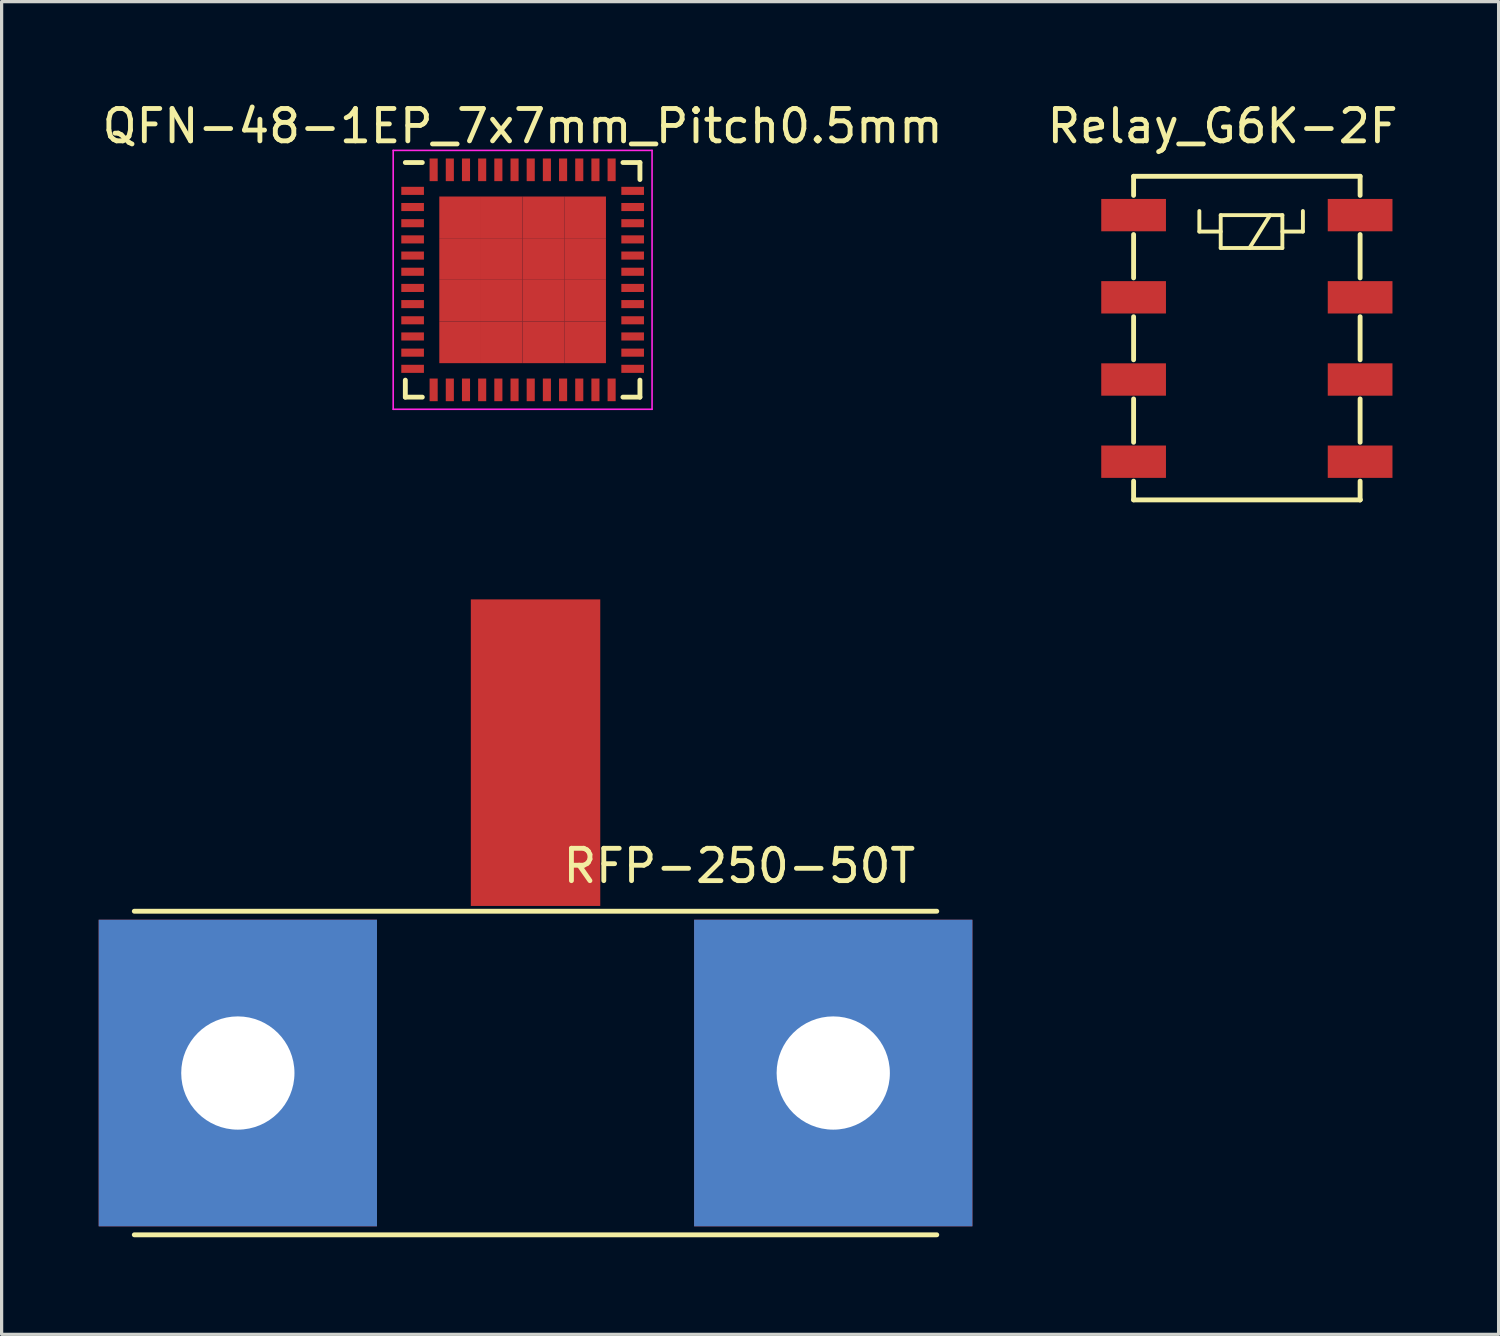
<source format=kicad_pcb>
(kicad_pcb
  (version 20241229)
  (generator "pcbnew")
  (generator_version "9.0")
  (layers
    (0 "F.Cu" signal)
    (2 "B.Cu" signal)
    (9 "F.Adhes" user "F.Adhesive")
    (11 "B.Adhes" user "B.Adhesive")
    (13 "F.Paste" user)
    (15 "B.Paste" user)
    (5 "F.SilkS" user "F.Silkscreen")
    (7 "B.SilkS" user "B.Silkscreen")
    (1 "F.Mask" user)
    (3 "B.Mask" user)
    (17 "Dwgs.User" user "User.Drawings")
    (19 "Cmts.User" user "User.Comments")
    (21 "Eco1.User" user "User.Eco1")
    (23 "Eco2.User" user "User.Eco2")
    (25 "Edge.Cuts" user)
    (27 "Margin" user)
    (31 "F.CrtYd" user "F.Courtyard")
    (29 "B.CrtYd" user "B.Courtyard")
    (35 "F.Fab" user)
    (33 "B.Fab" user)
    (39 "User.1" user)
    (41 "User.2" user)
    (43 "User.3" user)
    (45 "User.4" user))
  (footprint "RFP-250-50T"
    (layer "F.Cu")
    (at 13.5 30.11)
    (property "Reference" "RFP-250-50T" (at 6.3 -6.4 0) (layer "F.SilkS") (effects (font (size 1 1) (thickness 0.15))))
    (attr through_hole)
    (fp_line (start -12.4 -5) (end 12.4 -5) (stroke (width 0.15) (type solid)) (layer "F.SilkS"))
    (fp_line (start -12.4 5) (end 12.4 5) (stroke (width 0.15) (type solid)) (layer "F.SilkS"))
    (pad "1" thru_hole rect (at -9.2 0) (size 8.6 9.474) (drill 3.5) (layers "*.Cu" "*.Mask"))
    (pad "2" thru_hole rect (at 9.2 0) (size 8.6 9.474) (drill 3.5) (layers "*.Cu" "*.Mask"))
    (pad "3" smd rect (at 0 -9.9) (size 4 9.474) (layers "F.Cu" "F.Mask" "F.Paste")))
  (footprint "Relay_G6K-2F"
    (layer "F.Cu")
    (at 31.982 3.598)
    (property "Reference" "Relay_G6K-2F" (at 2.75 -2.75 0) (layer "F.SilkS") (effects (font (size 1 1) (thickness 0.15))))
    (attr through_hole)
    (fp_line (start 0 -1.2) (end 7 -1.2) (stroke (width 0.15) (type solid)) (layer "F.SilkS"))
    (fp_line (start 0 -0.61) (end 0 -1.2) (stroke (width 0.15) (type solid)) (layer "F.SilkS"))
    (fp_line (start 0 0.6) (end 0 1.94) (stroke (width 0.15) (type solid)) (layer "F.SilkS"))
    (fp_line (start 0 3.14) (end 0 4.47) (stroke (width 0.15) (type solid)) (layer "F.SilkS"))
    (fp_line (start 0 5.68) (end 0 7.02) (stroke (width 0.15) (type solid)) (layer "F.SilkS"))
    (fp_line (start 0 8.22) (end 0 8.8) (stroke (width 0.15) (type solid)) (layer "F.SilkS"))
    (fp_line (start 2.032 -0.127) (end 2.032 0.508) (stroke (width 0.12) (type solid)) (layer "F.SilkS"))
    (fp_line (start 2.032 0.508) (end 2.692 0.508) (stroke (width 0.12) (type solid)) (layer "F.SilkS"))
    (fp_line (start 2.692 0) (end 2.692 1.016) (stroke (width 0.12) (type solid)) (layer "F.SilkS"))
    (fp_line (start 2.692 1.016) (end 4.597 1.016) (stroke (width 0.12) (type solid)) (layer "F.SilkS"))
    (fp_line (start 4.216 0) (end 3.581 1.016) (stroke (width 0.12) (type solid)) (layer "F.SilkS"))
    (fp_line (start 4.597 0) (end 2.692 0) (stroke (width 0.12) (type solid)) (layer "F.SilkS"))
    (fp_line (start 4.597 0) (end 4.597 1.016) (stroke (width 0.12) (type solid)) (layer "F.SilkS"))
    (fp_line (start 5.232 -0.127) (end 5.232 0.508) (stroke (width 0.12) (type solid)) (layer "F.SilkS"))
    (fp_line (start 5.232 0.508) (end 4.597 0.508) (stroke (width 0.12) (type solid)) (layer "F.SilkS"))
    (fp_line (start 7 -1.2) (end 7 -0.61) (stroke (width 0.15) (type solid)) (layer "F.SilkS"))
    (fp_line (start 7 0.6) (end 7 1.94) (stroke (width 0.15) (type solid)) (layer "F.SilkS"))
    (fp_line (start 7 3.14) (end 7 4.47) (stroke (width 0.15) (type solid)) (layer "F.SilkS"))
    (fp_line (start 7 5.68) (end 7 7.02) (stroke (width 0.15) (type solid)) (layer "F.SilkS"))
    (fp_line (start 7 8.22) (end 7 8.8) (stroke (width 0.15) (type solid)) (layer "F.SilkS"))
    (fp_line (start 7 8.8) (end 0 8.8) (stroke (width 0.15) (type solid)) (layer "F.SilkS"))
    (fp_line (start 7 8.8) (end 7 8.79) (stroke (width 0.15) (type solid)) (layer "F.SilkS"))
    (pad "1" smd rect (at 0 0) (size 2 1) (layers "F.Cu" "F.Mask" "F.Paste"))
    (pad "2" smd rect (at 0 2.54) (size 2 1) (layers "F.Cu" "F.Mask" "F.Paste"))
    (pad "3" smd rect (at 0 5.08) (size 2 1) (layers "F.Cu" "F.Mask" "F.Paste"))
    (pad "4" smd rect (at 0 7.62) (size 2 1) (layers "F.Cu" "F.Mask" "F.Paste"))
    (pad "7" smd rect (at 7 7.62) (size 2 1) (layers "F.Cu" "F.Mask" "F.Paste"))
    (pad "8" smd rect (at 7 5.08) (size 2 1) (layers "F.Cu" "F.Mask" "F.Paste"))
    (pad "9" smd rect (at 7 2.54) (size 2 1) (layers "F.Cu" "F.Mask" "F.Paste"))
    (pad "10" smd rect (at 7 0) (size 2 1) (layers "F.Cu" "F.Mask" "F.Paste")))
  (footprint "QFN-48-1EP_7x7mm_Pitch0.5mm"
    (layer "F.Cu")
    (at 13.101 5.598)
    (property "Reference" "QFN-48-1EP_7x7mm_Pitch0.5mm" (at 0 -4.75 0) (layer "F.SilkS") (effects (font (size 1 1) (thickness 0.15))))
    (attr smd)
    (fp_line (start -3.625 -3.625) (end -3.1 -3.625) (stroke (width 0.15) (type solid)) (layer "F.SilkS"))
    (fp_line (start -3.625 3.625) (end -3.625 3.1) (stroke (width 0.15) (type solid)) (layer "F.SilkS"))
    (fp_line (start -3.625 3.625) (end -3.1 3.625) (stroke (width 0.15) (type solid)) (layer "F.SilkS"))
    (fp_line (start 3.625 -3.625) (end 3.1 -3.625) (stroke (width 0.15) (type solid)) (layer "F.SilkS"))
    (fp_line (start 3.625 -3.625) (end 3.625 -3.1) (stroke (width 0.15) (type solid)) (layer "F.SilkS"))
    (fp_line (start 3.625 3.625) (end 3.1 3.625) (stroke (width 0.15) (type solid)) (layer "F.SilkS"))
    (fp_line (start 3.625 3.625) (end 3.625 3.1) (stroke (width 0.15) (type solid)) (layer "F.SilkS"))
    (fp_line (start -4 -4) (end -4 4) (stroke (width 0.05) (type solid)) (layer "F.CrtYd"))
    (fp_line (start -4 -4) (end 4 -4) (stroke (width 0.05) (type solid)) (layer "F.CrtYd"))
    (fp_line (start -4 4) (end 4 4) (stroke (width 0.05) (type solid)) (layer "F.CrtYd"))
    (fp_line (start 4 -4) (end 4 4) (stroke (width 0.05) (type solid)) (layer "F.CrtYd"))
    (pad "1" smd rect (at -3.4 -2.75) (size 0.7 0.25) (layers "F.Cu" "F.Mask" "F.Paste"))
    (pad "2" smd rect (at -3.4 -2.25) (size 0.7 0.25) (layers "F.Cu" "F.Mask" "F.Paste"))
    (pad "3" smd rect (at -3.4 -1.75) (size 0.7 0.25) (layers "F.Cu" "F.Mask" "F.Paste"))
    (pad "4" smd rect (at -3.4 -1.25) (size 0.7 0.25) (layers "F.Cu" "F.Mask" "F.Paste"))
    (pad "5" smd rect (at -3.4 -0.75) (size 0.7 0.25) (layers "F.Cu" "F.Mask" "F.Paste"))
    (pad "6" smd rect (at -3.4 -0.25) (size 0.7 0.25) (layers "F.Cu" "F.Mask" "F.Paste"))
    (pad "7" smd rect (at -3.4 0.25) (size 0.7 0.25) (layers "F.Cu" "F.Mask" "F.Paste"))
    (pad "8" smd rect (at -3.4 0.75) (size 0.7 0.25) (layers "F.Cu" "F.Mask" "F.Paste"))
    (pad "9" smd rect (at -3.4 1.25) (size 0.7 0.25) (layers "F.Cu" "F.Mask" "F.Paste"))
    (pad "10" smd rect (at -3.4 1.75) (size 0.7 0.25) (layers "F.Cu" "F.Mask" "F.Paste"))
    (pad "11" smd rect (at -3.4 2.25) (size 0.7 0.25) (layers "F.Cu" "F.Mask" "F.Paste"))
    (pad "12" smd rect (at -3.4 2.75) (size 0.7 0.25) (layers "F.Cu" "F.Mask" "F.Paste"))
    (pad "13" smd rect (at -2.75 3.4 90) (size 0.7 0.25) (layers "F.Cu" "F.Mask" "F.Paste"))
    (pad "14" smd rect (at -2.25 3.4 90) (size 0.7 0.25) (layers "F.Cu" "F.Mask" "F.Paste"))
    (pad "15" smd rect (at -1.75 3.4 90) (size 0.7 0.25) (layers "F.Cu" "F.Mask" "F.Paste"))
    (pad "16" smd rect (at -1.25 3.4 90) (size 0.7 0.25) (layers "F.Cu" "F.Mask" "F.Paste"))
    (pad "17" smd rect (at -0.75 3.4 90) (size 0.7 0.25) (layers "F.Cu" "F.Mask" "F.Paste"))
    (pad "18" smd rect (at -0.25 3.4 90) (size 0.7 0.25) (layers "F.Cu" "F.Mask" "F.Paste"))
    (pad "19" smd rect (at 0.25 3.4 90) (size 0.7 0.25) (layers "F.Cu" "F.Mask" "F.Paste"))
    (pad "20" smd rect (at 0.75 3.4 90) (size 0.7 0.25) (layers "F.Cu" "F.Mask" "F.Paste"))
    (pad "21" smd rect (at 1.25 3.4 90) (size 0.7 0.25) (layers "F.Cu" "F.Mask" "F.Paste"))
    (pad "22" smd rect (at 1.75 3.4 90) (size 0.7 0.25) (layers "F.Cu" "F.Mask" "F.Paste"))
    (pad "23" smd rect (at 2.25 3.4 90) (size 0.7 0.25) (layers "F.Cu" "F.Mask" "F.Paste"))
    (pad "24" smd rect (at 2.75 3.4 90) (size 0.7 0.25) (layers "F.Cu" "F.Mask" "F.Paste"))
    (pad "25" smd rect (at 3.4 2.75) (size 0.7 0.25) (layers "F.Cu" "F.Mask" "F.Paste"))
    (pad "26" smd rect (at 3.4 2.25) (size 0.7 0.25) (layers "F.Cu" "F.Mask" "F.Paste"))
    (pad "27" smd rect (at 3.4 1.75) (size 0.7 0.25) (layers "F.Cu" "F.Mask" "F.Paste"))
    (pad "28" smd rect (at 3.4 1.25) (size 0.7 0.25) (layers "F.Cu" "F.Mask" "F.Paste"))
    (pad "29" smd rect (at 3.4 0.75) (size 0.7 0.25) (layers "F.Cu" "F.Mask" "F.Paste"))
    (pad "30" smd rect (at 3.4 0.25) (size 0.7 0.25) (layers "F.Cu" "F.Mask" "F.Paste"))
    (pad "31" smd rect (at 3.4 -0.25) (size 0.7 0.25) (layers "F.Cu" "F.Mask" "F.Paste"))
    (pad "32" smd rect (at 3.4 -0.75) (size 0.7 0.25) (layers "F.Cu" "F.Mask" "F.Paste"))
    (pad "33" smd rect (at 3.4 -1.25) (size 0.7 0.25) (layers "F.Cu" "F.Mask" "F.Paste"))
    (pad "34" smd rect (at 3.4 -1.75) (size 0.7 0.25) (layers "F.Cu" "F.Mask" "F.Paste"))
    (pad "35" smd rect (at 3.4 -2.25) (size 0.7 0.25) (layers "F.Cu" "F.Mask" "F.Paste"))
    (pad "36" smd rect (at 3.4 -2.75) (size 0.7 0.25) (layers "F.Cu" "F.Mask" "F.Paste"))
    (pad "37" smd rect (at 2.75 -3.4 90) (size 0.7 0.25) (layers "F.Cu" "F.Mask" "F.Paste"))
    (pad "38" smd rect (at 2.25 -3.4 90) (size 0.7 0.25) (layers "F.Cu" "F.Mask" "F.Paste"))
    (pad "39" smd rect (at 1.75 -3.4 90) (size 0.7 0.25) (layers "F.Cu" "F.Mask" "F.Paste"))
    (pad "40" smd rect (at 1.25 -3.4 90) (size 0.7 0.25) (layers "F.Cu" "F.Mask" "F.Paste"))
    (pad "41" smd rect (at 0.75 -3.4 90) (size 0.7 0.25) (layers "F.Cu" "F.Mask" "F.Paste"))
    (pad "42" smd rect (at 0.25 -3.4 90) (size 0.7 0.25) (layers "F.Cu" "F.Mask" "F.Paste"))
    (pad "43" smd rect (at -0.25 -3.4 90) (size 0.7 0.25) (layers "F.Cu" "F.Mask" "F.Paste"))
    (pad "44" smd rect (at -0.75 -3.4 90) (size 0.7 0.25) (layers "F.Cu" "F.Mask" "F.Paste"))
    (pad "45" smd rect (at -1.25 -3.4 90) (size 0.7 0.25) (layers "F.Cu" "F.Mask" "F.Paste"))
    (pad "46" smd rect (at -1.75 -3.4 90) (size 0.7 0.25) (layers "F.Cu" "F.Mask" "F.Paste"))
    (pad "47" smd rect (at -2.25 -3.4 90) (size 0.7 0.25) (layers "F.Cu" "F.Mask" "F.Paste"))
    (pad "48" smd rect (at -2.75 -3.4 90) (size 0.7 0.25) (layers "F.Cu" "F.Mask" "F.Paste"))
    (pad "49" smd rect (at -1.931 -1.931) (size 1.288 1.288) (layers "F.Cu" "F.Mask" "F.Paste"))
    (pad "49" smd rect (at -1.931 -0.644) (size 1.288 1.288) (layers "F.Cu" "F.Mask" "F.Paste"))
    (pad "49" smd rect (at -1.931 0.644) (size 1.288 1.288) (layers "F.Cu" "F.Mask" "F.Paste"))
    (pad "49" smd rect (at -1.931 1.931) (size 1.288 1.288) (layers "F.Cu" "F.Mask" "F.Paste"))
    (pad "49" smd rect (at -0.644 -1.931) (size 1.288 1.288) (layers "F.Cu" "F.Mask" "F.Paste"))
    (pad "49" smd rect (at -0.644 -0.644) (size 1.288 1.288) (layers "F.Cu" "F.Mask" "F.Paste"))
    (pad "49" smd rect (at -0.644 0.644) (size 1.288 1.288) (layers "F.Cu" "F.Mask" "F.Paste"))
    (pad "49" smd rect (at -0.644 1.931) (size 1.288 1.288) (layers "F.Cu" "F.Mask" "F.Paste"))
    (pad "49" smd rect (at 0.644 -1.931) (size 1.288 1.288) (layers "F.Cu" "F.Mask" "F.Paste"))
    (pad "49" smd rect (at 0.644 -0.644) (size 1.288 1.288) (layers "F.Cu" "F.Mask" "F.Paste"))
    (pad "49" smd rect (at 0.644 0.644) (size 1.288 1.288) (layers "F.Cu" "F.Mask" "F.Paste"))
    (pad "49" smd rect (at 0.644 1.931) (size 1.288 1.288) (layers "F.Cu" "F.Mask" "F.Paste"))
    (pad "49" smd rect (at 1.931 -1.931) (size 1.288 1.288) (layers "F.Cu" "F.Mask" "F.Paste"))
    (pad "49" smd rect (at 1.931 -0.644) (size 1.288 1.288) (layers "F.Cu" "F.Mask" "F.Paste"))
    (pad "49" smd rect (at 1.931 0.644) (size 1.288 1.288) (layers "F.Cu" "F.Mask" "F.Paste"))
    (pad "49" smd rect (at 1.931 1.931) (size 1.288 1.288) (layers "F.Cu" "F.Mask" "F.Paste")))
  (gr_rect
    (start -3 -3)
    (end 43.262 38.185)
    (stroke (width 0.1) (type default))
    (fill no)
    (layer "Edge.Cuts")))
</source>
